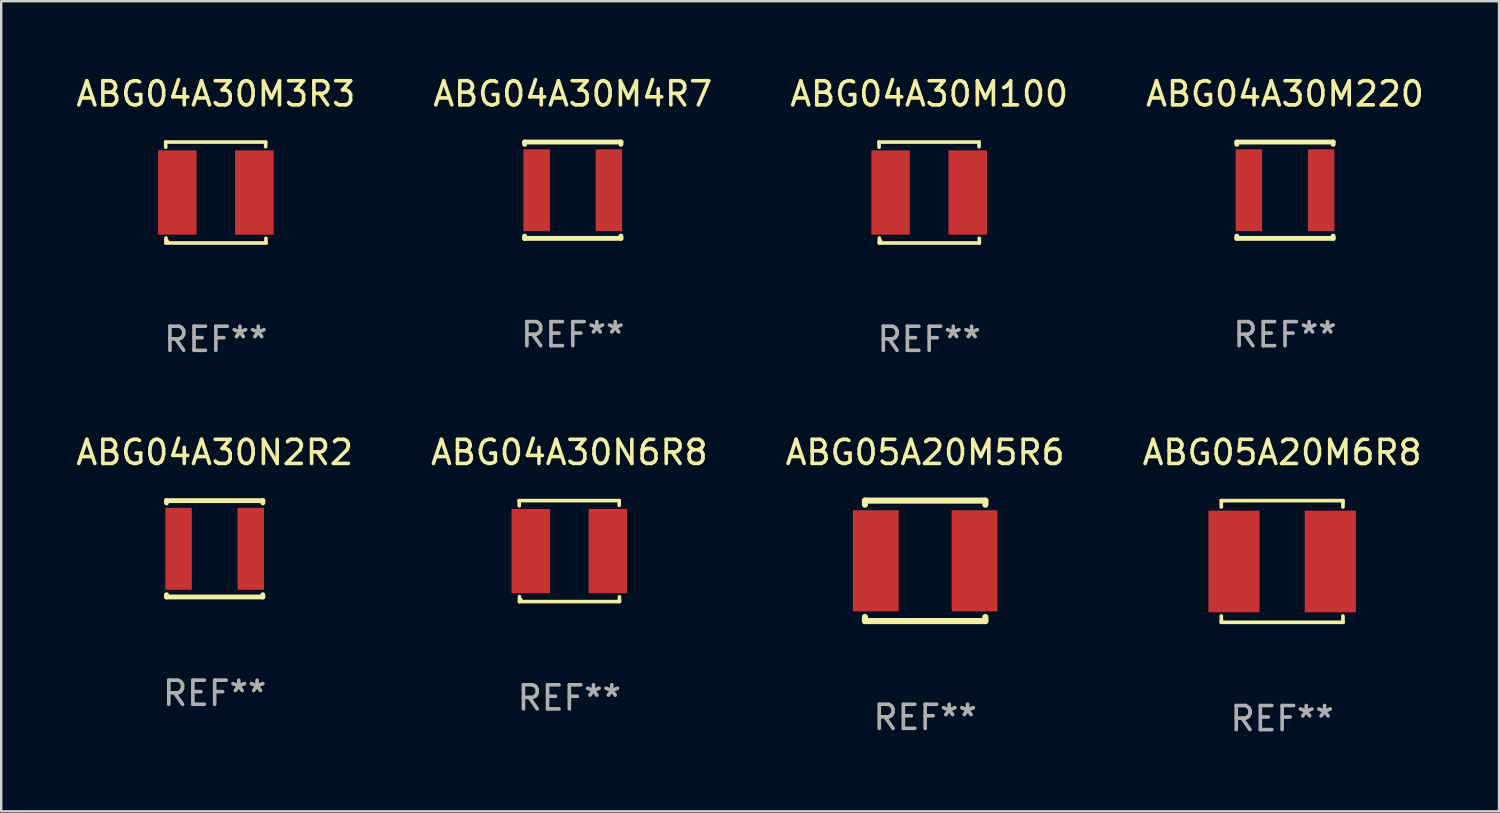
<source format=kicad_pcb>
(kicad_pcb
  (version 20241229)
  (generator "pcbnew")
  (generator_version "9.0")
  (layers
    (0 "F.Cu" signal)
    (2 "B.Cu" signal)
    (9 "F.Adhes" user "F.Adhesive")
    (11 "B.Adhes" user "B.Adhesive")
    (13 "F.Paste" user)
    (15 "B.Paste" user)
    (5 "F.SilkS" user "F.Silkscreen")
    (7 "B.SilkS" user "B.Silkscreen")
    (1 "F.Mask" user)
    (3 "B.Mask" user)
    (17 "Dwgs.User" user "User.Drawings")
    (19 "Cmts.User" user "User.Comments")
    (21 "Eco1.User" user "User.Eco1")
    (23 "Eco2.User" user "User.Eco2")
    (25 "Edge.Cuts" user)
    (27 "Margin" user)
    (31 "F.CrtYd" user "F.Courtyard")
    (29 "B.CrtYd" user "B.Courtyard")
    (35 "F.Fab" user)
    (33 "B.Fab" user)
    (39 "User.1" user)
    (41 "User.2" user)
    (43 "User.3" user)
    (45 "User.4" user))
  (footprint "ABG05A20M5R6"
    (layer "F.Cu")
    (at 35.363 20.236)
    (property "Reference" "ABG05A20M5R6" (at 0 -4.5 0) (layer "F.SilkS") (effects (font (size 1 1) (thickness 0.15))))
    (attr through_hole)
    (fp_line (start -2.5 -2.5) (end -2.5 -2.331) (stroke (width 0.254) (type solid)) (layer "F.SilkS"))
    (fp_line (start -2.5 -2.5) (end 2.5 -2.5) (stroke (width 0.254) (type solid)) (layer "F.SilkS"))
    (fp_line (start -2.5 2.331) (end -2.5 2.5) (stroke (width 0.254) (type solid)) (layer "F.SilkS"))
    (fp_line (start -2.5 2.5) (end 2.5 2.5) (stroke (width 0.254) (type solid)) (layer "F.SilkS"))
    (fp_line (start 2.5 -2.331) (end 2.5 -2.5) (stroke (width 0.254) (type solid)) (layer "F.SilkS"))
    (fp_line (start 2.5 2.5) (end 2.5 2.331) (stroke (width 0.254) (type solid)) (layer "F.SilkS"))
    (fp_circle (center -2.503 2.504) (end -2.473 2.504) (stroke (width 0.06) (type solid)) (fill no) (layer "F.SilkS"))
    (fp_text user "REF**" (at 0 6.5 0) (layer "F.Fab") (effects (font (size 1 1) (thickness 0.15))))
    (pad "1" smd rect (at -2.05 0) (size 1.9 4.2) (layers "F.Cu" "F.Mask" "F.Paste"))
    (pad "2" smd rect (at 2.05 0) (size 1.9 4.2) (layers "F.Cu" "F.Mask" "F.Paste")))
  (footprint "ABG04A30M220"
    (layer "F.Cu")
    (at 50.304 4.848)
    (property "Reference" "ABG04A30M220" (at 0 -4 0) (layer "F.SilkS") (effects (font (size 1 1) (thickness 0.15))))
    (attr through_hole)
    (fp_line (start -2 -2) (end -2 -1.906) (stroke (width 0.203) (type solid)) (layer "F.SilkS"))
    (fp_line (start -2 -2) (end 2 -2) (stroke (width 0.203) (type solid)) (layer "F.SilkS"))
    (fp_line (start -2 1.906) (end -2 2) (stroke (width 0.203) (type solid)) (layer "F.SilkS"))
    (fp_line (start -2 2) (end 2 2) (stroke (width 0.203) (type solid)) (layer "F.SilkS"))
    (fp_line (start 2 -1.906) (end 2 -2) (stroke (width 0.203) (type solid)) (layer "F.SilkS"))
    (fp_line (start 2 2) (end 2 1.906) (stroke (width 0.203) (type solid)) (layer "F.SilkS"))
    (fp_circle (center -2 2) (end -1.97 2) (stroke (width 0.06) (type solid)) (fill no) (layer "F.SilkS"))
    (fp_text user "REF**" (at 0 6 0) (layer "F.Fab") (effects (font (size 1 1) (thickness 0.15))))
    (pad "1" smd rect (at -1.5 0 90) (size 3.4 1.1) (layers "F.Cu" "F.Mask" "F.Paste"))
    (pad "2" smd rect (at 1.5 0 90) (size 3.4 1.1) (layers "F.Cu" "F.Mask" "F.Paste")))
  (footprint "ABG04A30M3R3"
    (layer "F.Cu")
    (at 5.911 4.944)
    (property "Reference" "ABG04A30M3R3" (at 0 -4.096 0) (layer "F.SilkS") (effects (font (size 1 1) (thickness 0.15))))
    (attr through_hole)
    (fp_line (start -2.083 -2.096) (end -2.08 -1.88) (stroke (width 0.15) (type solid)) (layer "F.SilkS"))
    (fp_line (start -2.07 1.89) (end -2.07 2.096) (stroke (width 0.15) (type solid)) (layer "F.SilkS"))
    (fp_line (start -2.07 2.096) (end 2.083 2.096) (stroke (width 0.15) (type solid)) (layer "F.SilkS"))
    (fp_line (start 2.07 -1.9) (end 2.07 -2.096) (stroke (width 0.15) (type solid)) (layer "F.SilkS"))
    (fp_line (start 2.07 -2.096) (end -2.083 -2.096) (stroke (width 0.15) (type solid)) (layer "F.SilkS"))
    (fp_line (start 2.083 2.096) (end 2.08 1.9) (stroke (width 0.15) (type solid)) (layer "F.SilkS"))
    (fp_circle (center -2 2) (end -1.97 2) (stroke (width 0.06) (type solid)) (fill no) (layer "F.SilkS"))
    (fp_text user "REF**" (at 0 6.096 0) (layer "F.Fab") (effects (font (size 1 1) (thickness 0.15))))
    (pad "1" smd rect (at -1.6 -0.000343) (size 1.6 3.5) (layers "F.Cu" "F.Mask" "F.Paste"))
    (pad "2" smd rect (at 1.6 -0.000343) (size 1.6 3.5) (layers "F.Cu" "F.Mask" "F.Paste")))
  (footprint "ABG04A30N2R2"
    (layer "F.Cu")
    (at 5.863 19.736)
    (property "Reference" "ABG04A30N2R2" (at 0 -4 0) (layer "F.SilkS") (effects (font (size 1 1) (thickness 0.15))))
    (attr through_hole)
    (fp_line (start -2 -2) (end -2 -1.906) (stroke (width 0.203) (type solid)) (layer "F.SilkS"))
    (fp_line (start -2 -2) (end 2 -2) (stroke (width 0.203) (type solid)) (layer "F.SilkS"))
    (fp_line (start -2 1.906) (end -2 2) (stroke (width 0.203) (type solid)) (layer "F.SilkS"))
    (fp_line (start -2 2) (end 2 2) (stroke (width 0.203) (type solid)) (layer "F.SilkS"))
    (fp_line (start 2 -1.906) (end 2 -2) (stroke (width 0.203) (type solid)) (layer "F.SilkS"))
    (fp_line (start 2 2) (end 2 1.906) (stroke (width 0.203) (type solid)) (layer "F.SilkS"))
    (fp_circle (center -2 2) (end -1.97 2) (stroke (width 0.06) (type solid)) (fill no) (layer "F.SilkS"))
    (fp_text user "REF**" (at 0 6 0) (layer "F.Fab") (effects (font (size 1 1) (thickness 0.15))))
    (pad "1" smd rect (at -1.5 0 90) (size 3.4 1.1) (layers "F.Cu" "F.Mask" "F.Paste"))
    (pad "2" smd rect (at 1.5 0 90) (size 3.4 1.1) (layers "F.Cu" "F.Mask" "F.Paste")))
  (footprint "ABG04A30M100"
    (layer "F.Cu")
    (at 35.53 4.944)
    (property "Reference" "ABG04A30M100" (at 0 -4.096 0) (layer "F.SilkS") (effects (font (size 1 1) (thickness 0.15))))
    (attr through_hole)
    (fp_line (start -2.083 -2.096) (end -2.08 -1.88) (stroke (width 0.15) (type solid)) (layer "F.SilkS"))
    (fp_line (start -2.07 1.89) (end -2.07 2.096) (stroke (width 0.15) (type solid)) (layer "F.SilkS"))
    (fp_line (start -2.07 2.096) (end 2.083 2.096) (stroke (width 0.15) (type solid)) (layer "F.SilkS"))
    (fp_line (start 2.07 -1.9) (end 2.07 -2.096) (stroke (width 0.15) (type solid)) (layer "F.SilkS"))
    (fp_line (start 2.07 -2.096) (end -2.083 -2.096) (stroke (width 0.15) (type solid)) (layer "F.SilkS"))
    (fp_line (start 2.083 2.096) (end 2.08 1.9) (stroke (width 0.15) (type solid)) (layer "F.SilkS"))
    (fp_circle (center -2 2) (end -1.97 2) (stroke (width 0.06) (type solid)) (fill no) (layer "F.SilkS"))
    (fp_text user "REF**" (at 0 6.096 0) (layer "F.Fab") (effects (font (size 1 1) (thickness 0.15))))
    (pad "1" smd rect (at -1.6 -0.000343) (size 1.6 3.5) (layers "F.Cu" "F.Mask" "F.Paste"))
    (pad "2" smd rect (at 1.6 -0.000343) (size 1.6 3.5) (layers "F.Cu" "F.Mask" "F.Paste")))
  (footprint "ABG04A30N6R8"
    (layer "F.Cu")
    (at 20.589 19.832)
    (property "Reference" "ABG04A30N6R8" (at 0 -4.096 0) (layer "F.SilkS") (effects (font (size 1 1) (thickness 0.15))))
    (attr through_hole)
    (fp_line (start -2.083 -2.096) (end -2.08 -1.88) (stroke (width 0.15) (type solid)) (layer "F.SilkS"))
    (fp_line (start -2.07 1.89) (end -2.07 2.096) (stroke (width 0.15) (type solid)) (layer "F.SilkS"))
    (fp_line (start -2.07 2.096) (end 2.083 2.096) (stroke (width 0.15) (type solid)) (layer "F.SilkS"))
    (fp_line (start 2.07 -1.9) (end 2.07 -2.096) (stroke (width 0.15) (type solid)) (layer "F.SilkS"))
    (fp_line (start 2.07 -2.096) (end -2.083 -2.096) (stroke (width 0.15) (type solid)) (layer "F.SilkS"))
    (fp_line (start 2.083 2.096) (end 2.08 1.9) (stroke (width 0.15) (type solid)) (layer "F.SilkS"))
    (fp_circle (center -2 2) (end -1.97 2) (stroke (width 0.06) (type solid)) (fill no) (layer "F.SilkS"))
    (fp_text user "REF**" (at 0 6.096 0) (layer "F.Fab") (effects (font (size 1 1) (thickness 0.15))))
    (pad "1" smd rect (at -1.6 -0.000343) (size 1.6 3.5) (layers "F.Cu" "F.Mask" "F.Paste"))
    (pad "2" smd rect (at 1.6 -0.000343) (size 1.6 3.5) (layers "F.Cu" "F.Mask" "F.Paste")))
  (footprint "ABG05A20M6R8"
    (layer "F.Cu")
    (at 50.185 20.263)
    (property "Reference" "ABG05A20M6R8" (at 0 -4.526 0) (layer "F.SilkS") (effects (font (size 1 1) (thickness 0.15))))
    (attr through_hole)
    (fp_line (start -2.526 -2.526) (end 2.526 -2.526) (stroke (width 0.152) (type solid)) (layer "F.SilkS"))
    (fp_line (start -2.526 -2.262) (end -2.526 -2.526) (stroke (width 0.152) (type solid)) (layer "F.SilkS"))
    (fp_line (start -2.526 2.262) (end -2.526 2.526) (stroke (width 0.152) (type solid)) (layer "F.SilkS"))
    (fp_line (start -2.526 2.526) (end 2.526 2.526) (stroke (width 0.152) (type solid)) (layer "F.SilkS"))
    (fp_line (start 2.526 -2.526) (end 2.526 -2.262) (stroke (width 0.152) (type solid)) (layer "F.SilkS"))
    (fp_line (start 2.526 2.526) (end 2.526 2.262) (stroke (width 0.152) (type solid)) (layer "F.SilkS"))
    (fp_circle (center 2.5 -2.5) (end 2.53 -2.5) (stroke (width 0.06) (type solid)) (fill no) (layer "F.SilkS"))
    (fp_text user "REF**" (at 0 6.526 0) (layer "F.Fab") (effects (font (size 1 1) (thickness 0.15))))
    (pad "1" smd rect (at 2 0) (size 2.124 4.22) (layers "F.Cu" "F.Mask" "F.Paste"))
    (pad "2" smd rect (at -2 0) (size 2.124 4.22) (layers "F.Cu" "F.Mask" "F.Paste")))
  (footprint "ABG04A30M4R7"
    (layer "F.Cu")
    (at 20.732 4.848)
    (property "Reference" "ABG04A30M4R7" (at 0 -4 0) (layer "F.SilkS") (effects (font (size 1 1) (thickness 0.15))))
    (attr through_hole)
    (fp_line (start -2 -2) (end -2 -1.906) (stroke (width 0.203) (type solid)) (layer "F.SilkS"))
    (fp_line (start -2 -2) (end 2 -2) (stroke (width 0.203) (type solid)) (layer "F.SilkS"))
    (fp_line (start -2 1.906) (end -2 2) (stroke (width 0.203) (type solid)) (layer "F.SilkS"))
    (fp_line (start -2 2) (end 2 2) (stroke (width 0.203) (type solid)) (layer "F.SilkS"))
    (fp_line (start 2 -1.906) (end 2 -2) (stroke (width 0.203) (type solid)) (layer "F.SilkS"))
    (fp_line (start 2 2) (end 2 1.906) (stroke (width 0.203) (type solid)) (layer "F.SilkS"))
    (fp_circle (center -2 2) (end -1.97 2) (stroke (width 0.06) (type solid)) (fill no) (layer "F.SilkS"))
    (fp_text user "REF**" (at 0 6 0) (layer "F.Fab") (effects (font (size 1 1) (thickness 0.15))))
    (pad "1" smd rect (at -1.5 0 90) (size 3.4 1.1) (layers "F.Cu" "F.Mask" "F.Paste"))
    (pad "2" smd rect (at 1.5 0 90) (size 3.4 1.1) (layers "F.Cu" "F.Mask" "F.Paste")))
  (gr_rect
    (start -3 -3)
    (end 59.19 30.637)
    (stroke (width 0.1) (type default))
    (fill no)
    (layer "Edge.Cuts")))
</source>
